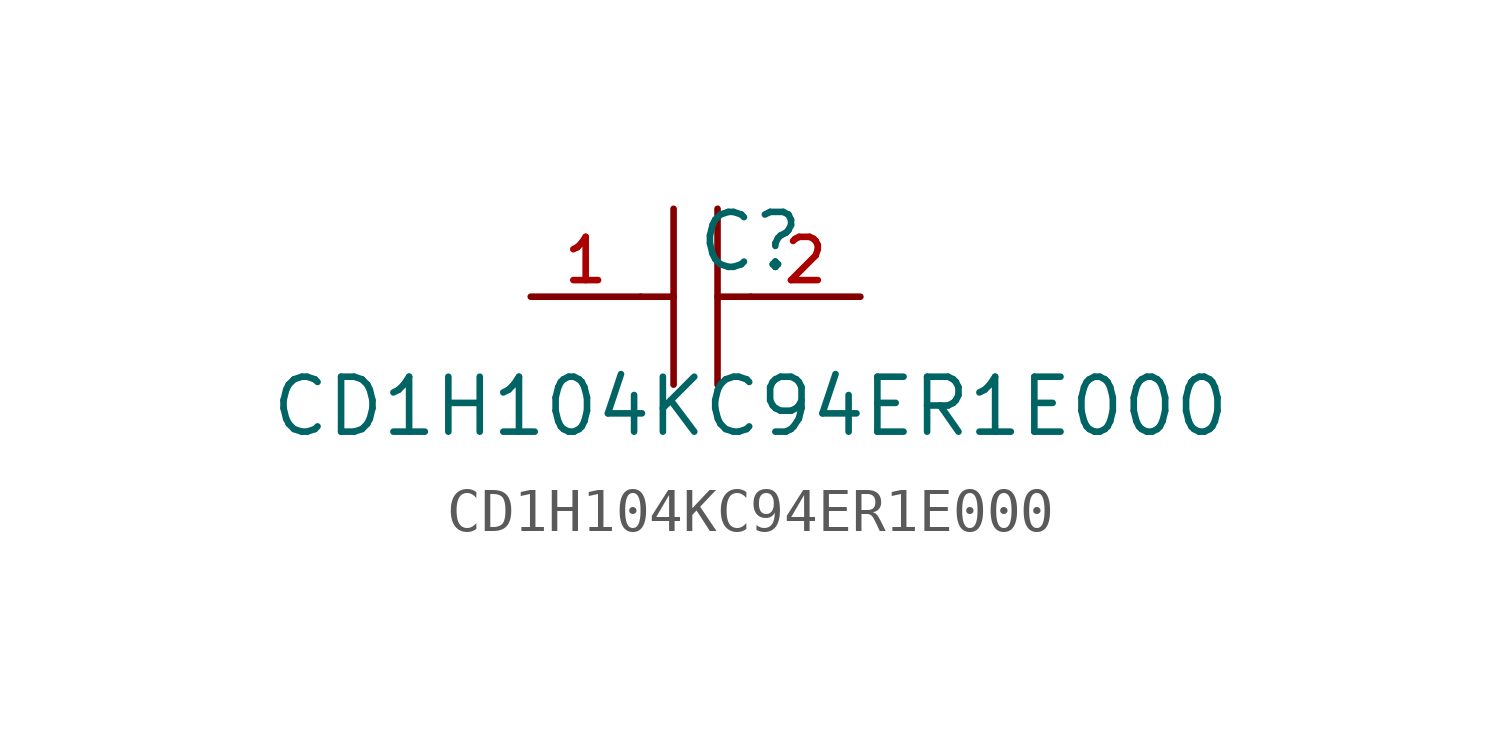
<source format=kicad_sym>
(kicad_symbol_lib
  (version 20210201)
  (generator TousstNicolas/JLC2KiCad_lib)
  (symbol "CD1H104KC94ER1E000"
    (pin_names hide)
    (property "Reference" "C"
      (at 0 1.27 0)
      (effects (font (size 1.27 1.27))))
    (property "Value" "CD1H104KC94ER1E000"
      (at 0 -2.54 0)
      (effects (font (size 1.27 1.27))))
    (symbol "CD1H104KC94ER1E000_0_1"
      (polyline (pts (xy -1.778 2.032) (xy -1.778 -2.032)) (stroke (width 0) (type default) (color 0 0 0 0)) (fill (type none)))
      (polyline (pts (xy -0.762 2.032) (xy -0.762 -2.032)) (stroke (width 0) (type default) (color 0 0 0 0)) (fill (type none)))
      (pin input line (at -5.08 -0.0 0) (length 2.54) (name "1" (effects (font (size 1 1)))) (number "1" (effects (font (size 1 1)))))
      (pin input line (at 2.54 -0.0 180) (length 2.54) (name "2" (effects (font (size 1 1)))) (number "2" (effects (font (size 1 1)))))
      (polyline (pts (xy -2.54 -0.0) (xy -1.778 -0.0)) (stroke (width 0) (type default) (color 0 0 0 0)) (fill (type none)))
      (polyline (pts (xy -0.762 -0.0) (xy 0.0 -0.0)) (stroke (width 0) (type default) (color 0 0 0 0)) (fill (type none))))))
</source>
